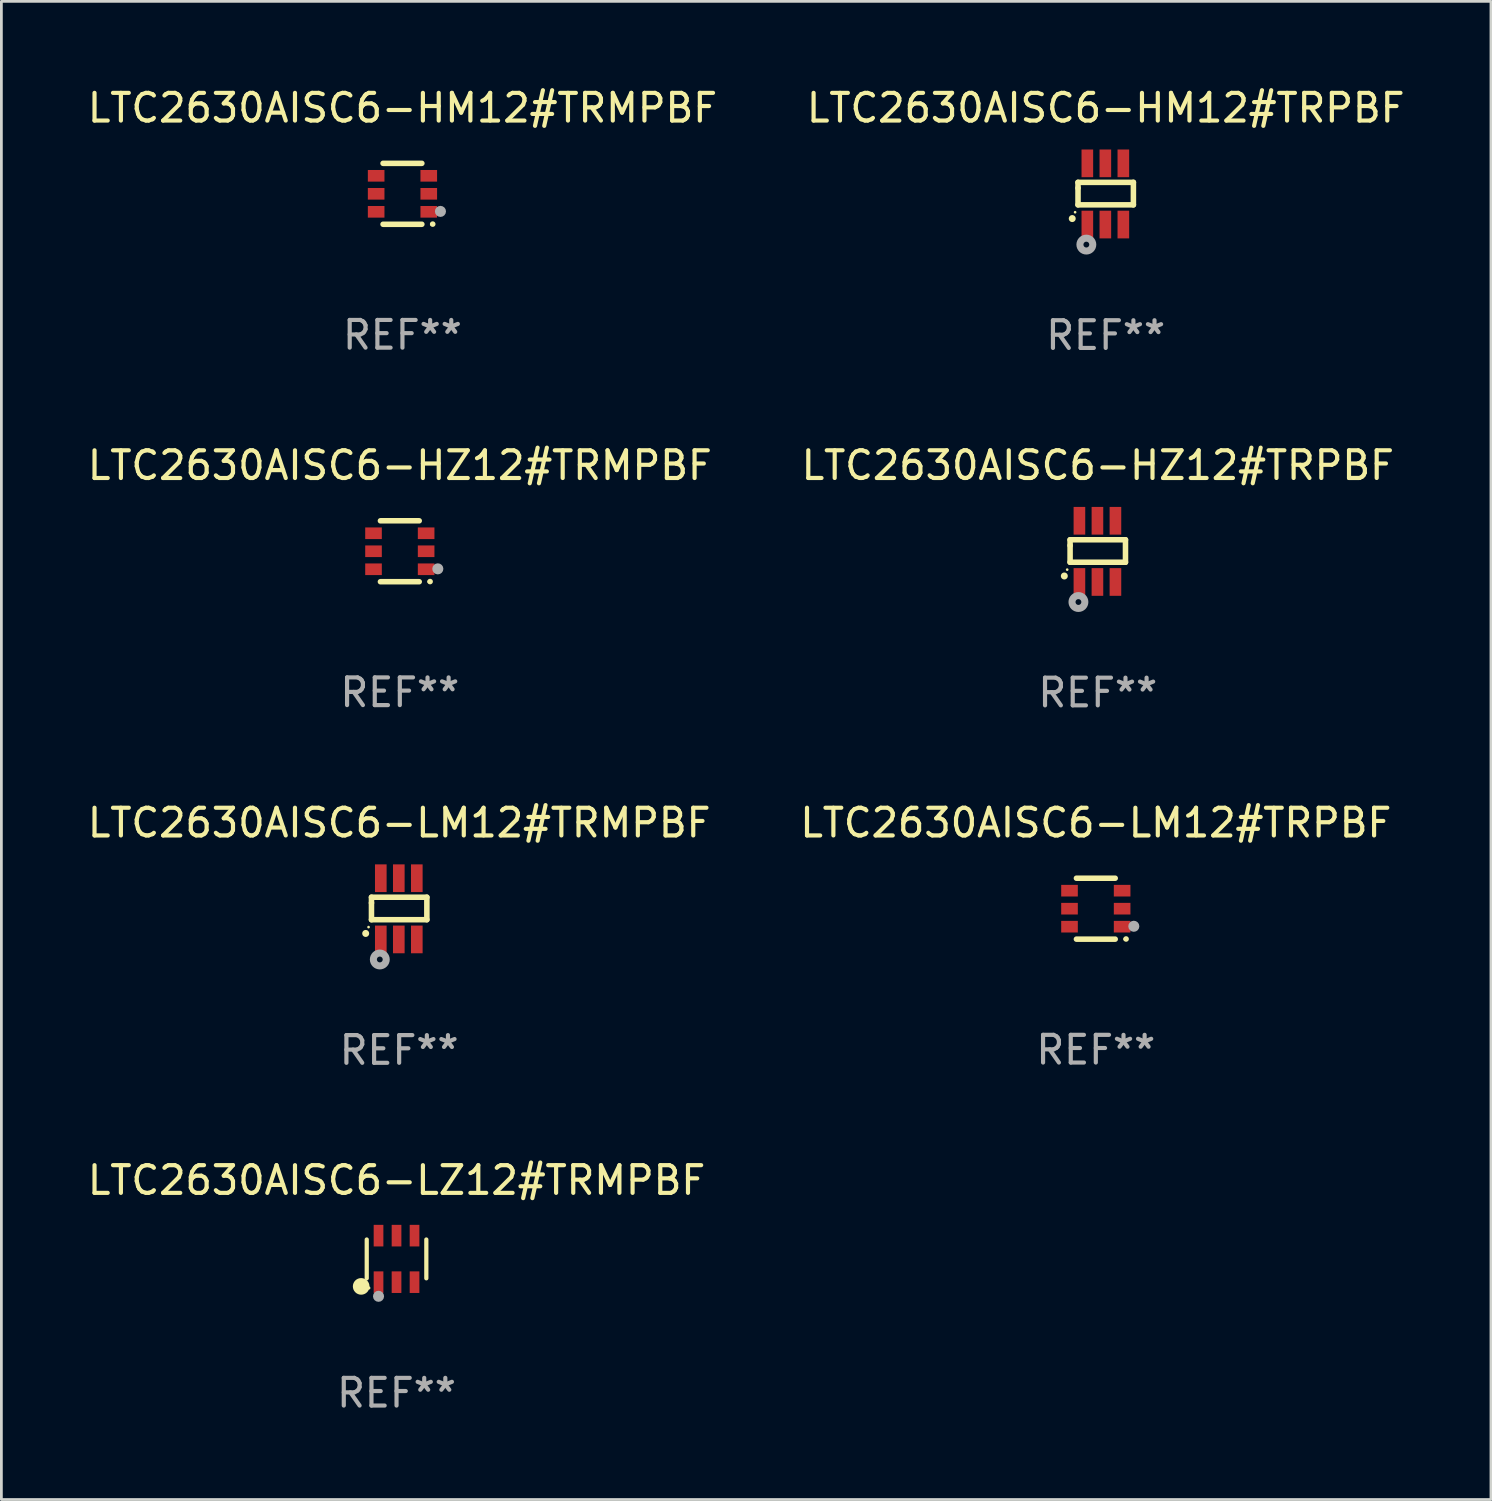
<source format=kicad_pcb>
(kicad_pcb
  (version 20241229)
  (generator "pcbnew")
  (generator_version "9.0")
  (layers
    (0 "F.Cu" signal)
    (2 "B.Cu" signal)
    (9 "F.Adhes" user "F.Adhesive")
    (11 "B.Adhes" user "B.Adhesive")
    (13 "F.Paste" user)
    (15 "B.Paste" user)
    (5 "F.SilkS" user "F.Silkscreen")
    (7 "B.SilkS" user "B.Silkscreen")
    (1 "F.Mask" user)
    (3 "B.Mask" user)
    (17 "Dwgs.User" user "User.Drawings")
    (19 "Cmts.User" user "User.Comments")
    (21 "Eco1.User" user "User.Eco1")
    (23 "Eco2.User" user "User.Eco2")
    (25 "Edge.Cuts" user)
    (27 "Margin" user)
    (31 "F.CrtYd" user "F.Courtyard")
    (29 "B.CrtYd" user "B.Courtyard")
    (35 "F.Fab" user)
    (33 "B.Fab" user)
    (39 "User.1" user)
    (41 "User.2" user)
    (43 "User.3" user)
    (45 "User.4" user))
  (footprint "LTC2630AISC6-HZ12#TRMPBF"
    (layer "F.Cu")
    (at 11.387 16.855)
    (property "Reference" "LTC2630AISC6-HZ12#TRMPBF" (at 0 -3.1 0) (layer "F.SilkS") (effects (font (size 1 1) (thickness 0.15))))
    (attr through_hole)
    (fp_line (start -0.7 -1.1) (end 0.7 -1.1) (stroke (width 0.2) (type solid)) (layer "F.SilkS"))
    (fp_line (start -0.7 1.1) (end 0.7 1.1) (stroke (width 0.2) (type solid)) (layer "F.SilkS"))
    (fp_arc (start 1.090932 1.094209) (mid 1.092202 1.094203) (end 1.093472 1.094209) (stroke (width 0.2) (type solid)) (layer "F.SilkS"))
    (fp_circle (center 1.053 1.1) (end 1.083 1.1) (stroke (width 0.06) (type solid)) (fill no) (layer "F.SilkS"))
    (fp_circle (center 1.372 0.635) (end 1.472 0.635) (stroke (width 0.2) (type solid)) (fill no) (layer "F.Fab"))
    (fp_text user "REF**" (at 0 5.1 0) (layer "F.Fab") (effects (font (size 1 1) (thickness 0.15))))
    (pad "1" smd rect (at 0.95 0.65 90) (size 0.42 0.6) (layers "F.Cu" "F.Mask" "F.Paste"))
    (pad "2" smd rect (at 0.95 0 90) (size 0.42 0.6) (layers "F.Cu" "F.Mask" "F.Paste"))
    (pad "3" smd rect (at 0.95 -0.65 90) (size 0.42 0.6) (layers "F.Cu" "F.Mask" "F.Paste"))
    (pad "4" smd rect (at -0.95 -0.65 270) (size 0.42 0.6) (layers "F.Cu" "F.Mask" "F.Paste"))
    (pad "5" smd rect (at -0.95 0 270) (size 0.42 0.6) (layers "F.Cu" "F.Mask" "F.Paste"))
    (pad "6" smd rect (at -0.95 0.65 270) (size 0.42 0.6) (layers "F.Cu" "F.Mask" "F.Paste")))
  (footprint "LTC2630AISC6-HM12#TRPBF"
    (layer "F.Cu")
    (at 36.875 3.953)
    (property "Reference" "LTC2630AISC6-HM12#TRPBF" (at 0 -3.105 0) (layer "F.SilkS") (effects (font (size 1 1) (thickness 0.15))))
    (attr through_hole)
    (fp_line (start -1 -0.419) (end -1 -0.213) (stroke (width 0.2) (type solid)) (layer "F.SilkS"))
    (fp_line (start -1 -0.213) (end -1 0.393) (stroke (width 0.2) (type solid)) (layer "F.SilkS"))
    (fp_line (start -1 0.393) (end 1 0.393) (stroke (width 0.2) (type solid)) (layer "F.SilkS"))
    (fp_line (start 1 -0.419) (end -1 -0.419) (stroke (width 0.2) (type solid)) (layer "F.SilkS"))
    (fp_line (start 1 0.393) (end 1 -0.419) (stroke (width 0.2) (type solid)) (layer "F.SilkS"))
    (fp_arc (start -1.208509 0.890272) (mid -1.208515 0.889002) (end -1.208509 0.887732) (stroke (width 0.25) (type solid)) (layer "F.SilkS"))
    (fp_circle (center -1.105 0.66) (end -1.08 0.66) (stroke (width 0.05) (type solid)) (fill no) (layer "F.SilkS"))
    (fp_circle (center -0.699 1.829) (end -0.594 1.829) (stroke (width 0.254) (type solid)) (fill no) (layer "F.Fab"))
    (fp_text user "REF**" (at 0 5.105 0) (layer "F.Fab") (effects (font (size 1 1) (thickness 0.15))))
    (pad "1" smd rect (at -0.663 1.105) (size 0.42 1) (layers "F.Cu" "F.Mask" "F.Paste"))
    (pad "2" smd rect (at -0.013 1.105) (size 0.42 1) (layers "F.Cu" "F.Mask" "F.Paste"))
    (pad "3" smd rect (at 0.637 1.105) (size 0.42 1) (layers "F.Cu" "F.Mask" "F.Paste"))
    (pad "4" smd rect (at 0.637 -1.105 180) (size 0.42 1) (layers "F.Cu" "F.Mask" "F.Paste"))
    (pad "5" smd rect (at -0.013 -1.105 180) (size 0.42 1) (layers "F.Cu" "F.Mask" "F.Paste"))
    (pad "6" smd rect (at -0.663 -1.105 180) (size 0.42 1) (layers "F.Cu" "F.Mask" "F.Paste")))
  (footprint "LTC2630AISC6-HM12#TRMPBF"
    (layer "F.Cu")
    (at 11.482 3.948)
    (property "Reference" "LTC2630AISC6-HM12#TRMPBF" (at 0 -3.1 0) (layer "F.SilkS") (effects (font (size 1 1) (thickness 0.15))))
    (attr through_hole)
    (fp_line (start -0.7 -1.1) (end 0.7 -1.1) (stroke (width 0.2) (type solid)) (layer "F.SilkS"))
    (fp_line (start -0.7 1.1) (end 0.7 1.1) (stroke (width 0.2) (type solid)) (layer "F.SilkS"))
    (fp_arc (start 1.090932 1.094209) (mid 1.092202 1.094203) (end 1.093472 1.094209) (stroke (width 0.2) (type solid)) (layer "F.SilkS"))
    (fp_circle (center 1.053 1.1) (end 1.083 1.1) (stroke (width 0.06) (type solid)) (fill no) (layer "F.SilkS"))
    (fp_circle (center 1.372 0.635) (end 1.472 0.635) (stroke (width 0.2) (type solid)) (fill no) (layer "F.Fab"))
    (fp_text user "REF**" (at 0 5.1 0) (layer "F.Fab") (effects (font (size 1 1) (thickness 0.15))))
    (pad "1" smd rect (at 0.95 0.65 90) (size 0.42 0.6) (layers "F.Cu" "F.Mask" "F.Paste"))
    (pad "2" smd rect (at 0.95 0 90) (size 0.42 0.6) (layers "F.Cu" "F.Mask" "F.Paste"))
    (pad "3" smd rect (at 0.95 -0.65 90) (size 0.42 0.6) (layers "F.Cu" "F.Mask" "F.Paste"))
    (pad "4" smd rect (at -0.95 -0.65 270) (size 0.42 0.6) (layers "F.Cu" "F.Mask" "F.Paste"))
    (pad "5" smd rect (at -0.95 0 270) (size 0.42 0.6) (layers "F.Cu" "F.Mask" "F.Paste"))
    (pad "6" smd rect (at -0.95 0.65 270) (size 0.42 0.6) (layers "F.Cu" "F.Mask" "F.Paste")))
  (footprint "LTC2630AISC6-HZ12#TRPBF"
    (layer "F.Cu")
    (at 36.589 16.859)
    (property "Reference" "LTC2630AISC6-HZ12#TRPBF" (at 0 -3.105 0) (layer "F.SilkS") (effects (font (size 1 1) (thickness 0.15))))
    (attr through_hole)
    (fp_line (start -1 -0.419) (end -1 -0.213) (stroke (width 0.2) (type solid)) (layer "F.SilkS"))
    (fp_line (start -1 -0.213) (end -1 0.393) (stroke (width 0.2) (type solid)) (layer "F.SilkS"))
    (fp_line (start -1 0.393) (end 1 0.393) (stroke (width 0.2) (type solid)) (layer "F.SilkS"))
    (fp_line (start 1 -0.419) (end -1 -0.419) (stroke (width 0.2) (type solid)) (layer "F.SilkS"))
    (fp_line (start 1 0.393) (end 1 -0.419) (stroke (width 0.2) (type solid)) (layer "F.SilkS"))
    (fp_arc (start -1.208509 0.890272) (mid -1.208515 0.889002) (end -1.208509 0.887732) (stroke (width 0.25) (type solid)) (layer "F.SilkS"))
    (fp_circle (center -1.105 0.66) (end -1.08 0.66) (stroke (width 0.05) (type solid)) (fill no) (layer "F.SilkS"))
    (fp_circle (center -0.699 1.829) (end -0.594 1.829) (stroke (width 0.254) (type solid)) (fill no) (layer "F.Fab"))
    (fp_text user "REF**" (at 0 5.105 0) (layer "F.Fab") (effects (font (size 1 1) (thickness 0.15))))
    (pad "1" smd rect (at -0.663 1.105) (size 0.42 1) (layers "F.Cu" "F.Mask" "F.Paste"))
    (pad "2" smd rect (at -0.013 1.105) (size 0.42 1) (layers "F.Cu" "F.Mask" "F.Paste"))
    (pad "3" smd rect (at 0.637 1.105) (size 0.42 1) (layers "F.Cu" "F.Mask" "F.Paste"))
    (pad "4" smd rect (at 0.637 -1.105 180) (size 0.42 1) (layers "F.Cu" "F.Mask" "F.Paste"))
    (pad "5" smd rect (at -0.013 -1.105 180) (size 0.42 1) (layers "F.Cu" "F.Mask" "F.Paste"))
    (pad "6" smd rect (at -0.663 -1.105 180) (size 0.42 1) (layers "F.Cu" "F.Mask" "F.Paste")))
  (footprint "LTC2630AISC6-LZ12#TRMPBF"
    (layer "F.Cu")
    (at 11.268 42.407)
    (property "Reference" "LTC2630AISC6-LZ12#TRMPBF" (at 0 -2.84 0) (layer "F.SilkS") (effects (font (size 1 1) (thickness 0.15))))
    (attr through_hole)
    (fp_line (start -1.076 0.701) (end -1.076 -0.701) (stroke (width 0.152) (type solid)) (layer "F.SilkS"))
    (fp_line (start 1.076 0.701) (end 1.076 -0.701) (stroke (width 0.152) (type solid)) (layer "F.SilkS"))
    (fp_circle (center -1.277 0.992) (end -1.127 0.992) (stroke (width 0.3) (type solid)) (fill no) (layer "F.SilkS"))
    (fp_circle (center -1 1.05) (end -0.97 1.05) (stroke (width 0.06) (type solid)) (fill no) (layer "F.SilkS"))
    (fp_circle (center -0.65 1.35) (end -0.55 1.35) (stroke (width 0.2) (type solid)) (fill no) (layer "F.Fab"))
    (fp_text user "REF**" (at 0 4.84 0) (layer "F.Fab") (effects (font (size 1 1) (thickness 0.15))))
    (pad "1" smd rect (at -0.65 0.84) (size 0.35 0.78) (layers "F.Cu" "F.Mask" "F.Paste"))
    (pad "2" smd rect (at 0 0.84) (size 0.35 0.78) (layers "F.Cu" "F.Mask" "F.Paste"))
    (pad "3" smd rect (at 0.65 0.84) (size 0.35 0.78) (layers "F.Cu" "F.Mask" "F.Paste"))
    (pad "4" smd rect (at 0.65 -0.84) (size 0.35 0.78) (layers "F.Cu" "F.Mask" "F.Paste"))
    (pad "5" smd rect (at 0 -0.84) (size 0.35 0.78) (layers "F.Cu" "F.Mask" "F.Paste"))
    (pad "6" smd rect (at -0.65 -0.84) (size 0.35 0.78) (layers "F.Cu" "F.Mask" "F.Paste")))
  (footprint "LTC2630AISC6-LM12#TRMPBF"
    (layer "F.Cu")
    (at 11.363 29.766)
    (property "Reference" "LTC2630AISC6-LM12#TRMPBF" (at 0 -3.105 0) (layer "F.SilkS") (effects (font (size 1 1) (thickness 0.15))))
    (attr through_hole)
    (fp_line (start -1 -0.419) (end -1 -0.213) (stroke (width 0.2) (type solid)) (layer "F.SilkS"))
    (fp_line (start -1 -0.213) (end -1 0.393) (stroke (width 0.2) (type solid)) (layer "F.SilkS"))
    (fp_line (start -1 0.393) (end 1 0.393) (stroke (width 0.2) (type solid)) (layer "F.SilkS"))
    (fp_line (start 1 -0.419) (end -1 -0.419) (stroke (width 0.2) (type solid)) (layer "F.SilkS"))
    (fp_line (start 1 0.393) (end 1 -0.419) (stroke (width 0.2) (type solid)) (layer "F.SilkS"))
    (fp_arc (start -1.208509 0.890272) (mid -1.208515 0.889002) (end -1.208509 0.887732) (stroke (width 0.25) (type solid)) (layer "F.SilkS"))
    (fp_circle (center -1.105 0.66) (end -1.08 0.66) (stroke (width 0.05) (type solid)) (fill no) (layer "F.SilkS"))
    (fp_circle (center -0.699 1.829) (end -0.594 1.829) (stroke (width 0.254) (type solid)) (fill no) (layer "F.Fab"))
    (fp_text user "REF**" (at 0 5.105 0) (layer "F.Fab") (effects (font (size 1 1) (thickness 0.15))))
    (pad "1" smd rect (at -0.663 1.105) (size 0.42 1) (layers "F.Cu" "F.Mask" "F.Paste"))
    (pad "2" smd rect (at -0.013 1.105) (size 0.42 1) (layers "F.Cu" "F.Mask" "F.Paste"))
    (pad "3" smd rect (at 0.637 1.105) (size 0.42 1) (layers "F.Cu" "F.Mask" "F.Paste"))
    (pad "4" smd rect (at 0.637 -1.105 180) (size 0.42 1) (layers "F.Cu" "F.Mask" "F.Paste"))
    (pad "5" smd rect (at -0.013 -1.105 180) (size 0.42 1) (layers "F.Cu" "F.Mask" "F.Paste"))
    (pad "6" smd rect (at -0.663 -1.105 180) (size 0.42 1) (layers "F.Cu" "F.Mask" "F.Paste")))
  (footprint "LTC2630AISC6-LM12#TRPBF"
    (layer "F.Cu")
    (at 36.518 29.761)
    (property "Reference" "LTC2630AISC6-LM12#TRPBF" (at 0 -3.1 0) (layer "F.SilkS") (effects (font (size 1 1) (thickness 0.15))))
    (attr through_hole)
    (fp_line (start -0.7 -1.1) (end 0.7 -1.1) (stroke (width 0.2) (type solid)) (layer "F.SilkS"))
    (fp_line (start -0.7 1.1) (end 0.7 1.1) (stroke (width 0.2) (type solid)) (layer "F.SilkS"))
    (fp_arc (start 1.090932 1.094209) (mid 1.092202 1.094203) (end 1.093472 1.094209) (stroke (width 0.2) (type solid)) (layer "F.SilkS"))
    (fp_circle (center 1.053 1.1) (end 1.083 1.1) (stroke (width 0.06) (type solid)) (fill no) (layer "F.SilkS"))
    (fp_circle (center 1.372 0.635) (end 1.472 0.635) (stroke (width 0.2) (type solid)) (fill no) (layer "F.Fab"))
    (fp_text user "REF**" (at 0 5.1 0) (layer "F.Fab") (effects (font (size 1 1) (thickness 0.15))))
    (pad "1" smd rect (at 0.95 0.65 90) (size 0.42 0.6) (layers "F.Cu" "F.Mask" "F.Paste"))
    (pad "2" smd rect (at 0.95 0 90) (size 0.42 0.6) (layers "F.Cu" "F.Mask" "F.Paste"))
    (pad "3" smd rect (at 0.95 -0.65 90) (size 0.42 0.6) (layers "F.Cu" "F.Mask" "F.Paste"))
    (pad "4" smd rect (at -0.95 -0.65 270) (size 0.42 0.6) (layers "F.Cu" "F.Mask" "F.Paste"))
    (pad "5" smd rect (at -0.95 0 270) (size 0.42 0.6) (layers "F.Cu" "F.Mask" "F.Paste"))
    (pad "6" smd rect (at -0.95 0.65 270) (size 0.42 0.6) (layers "F.Cu" "F.Mask" "F.Paste")))
  (gr_rect
    (start -3 -3)
    (end 50.786 51.095)
    (stroke (width 0.1) (type default))
    (fill no)
    (layer "Edge.Cuts")))
</source>
